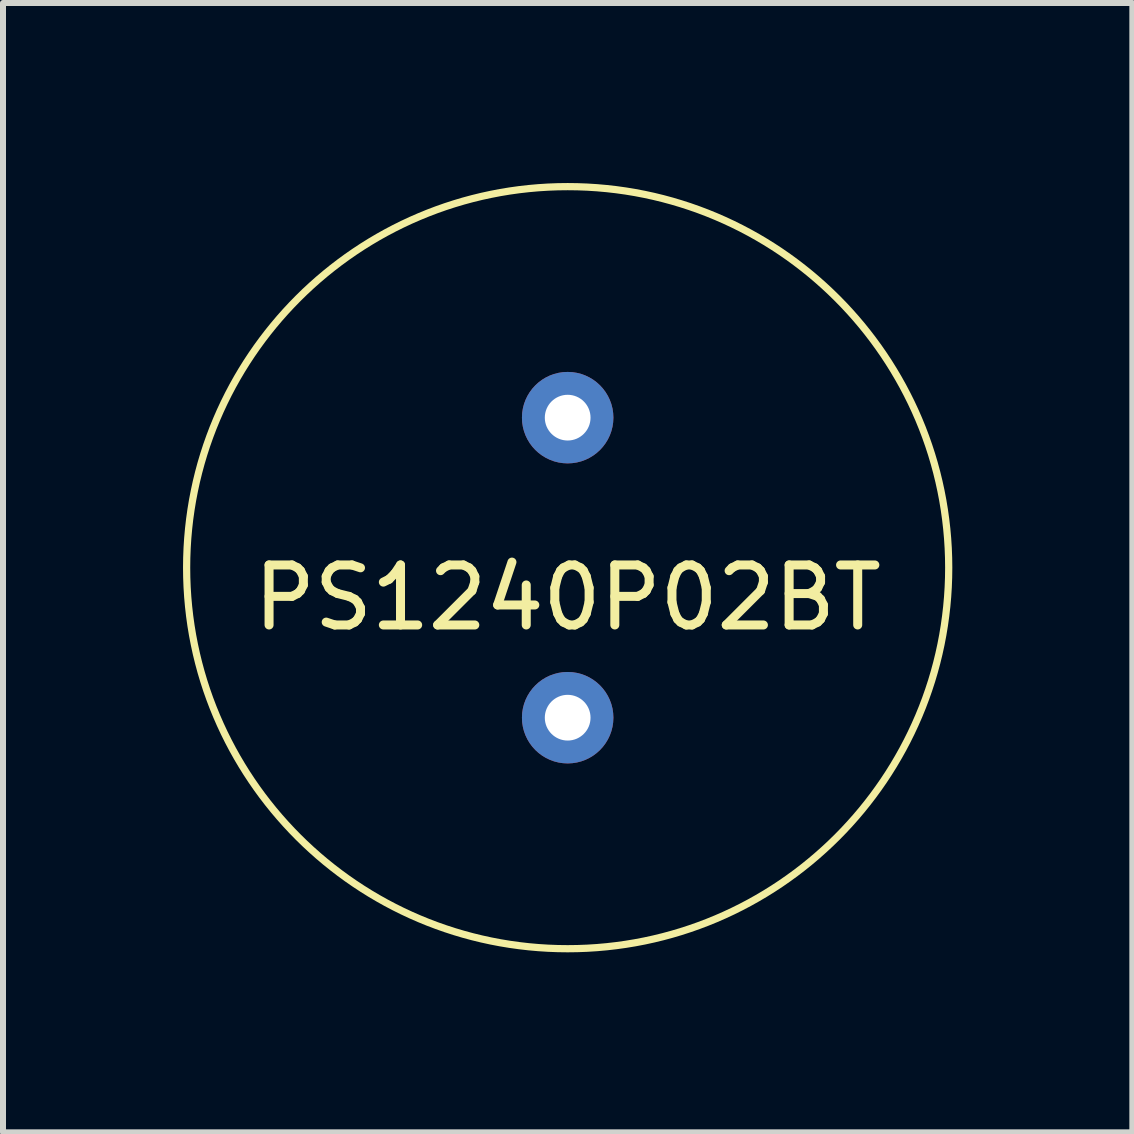
<source format=kicad_pcb>
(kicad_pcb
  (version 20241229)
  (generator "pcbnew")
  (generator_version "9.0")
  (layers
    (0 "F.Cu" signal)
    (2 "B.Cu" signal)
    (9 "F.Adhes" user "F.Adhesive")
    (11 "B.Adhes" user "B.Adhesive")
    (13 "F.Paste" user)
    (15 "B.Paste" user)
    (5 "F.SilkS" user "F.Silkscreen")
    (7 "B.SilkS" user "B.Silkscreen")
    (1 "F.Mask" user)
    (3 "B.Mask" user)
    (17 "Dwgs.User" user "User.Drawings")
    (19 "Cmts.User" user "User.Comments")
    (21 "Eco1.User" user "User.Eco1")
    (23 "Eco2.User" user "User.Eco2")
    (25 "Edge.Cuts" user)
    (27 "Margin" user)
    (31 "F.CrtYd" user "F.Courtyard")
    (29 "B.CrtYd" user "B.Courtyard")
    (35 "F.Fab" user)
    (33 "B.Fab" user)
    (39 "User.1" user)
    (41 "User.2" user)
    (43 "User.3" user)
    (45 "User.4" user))
  (footprint "PS1240P02BT"
    (layer "F.Cu")
    (at 6.41 6.41)
    (property "Reference" "PS1240P02BT" (at 0 0.5 0) (layer "F.SilkS") (effects (font (size 1 1) (thickness 0.15))))
    (attr through_hole)
    (fp_circle (center 0 0) (end 6.35 0) (stroke (width 0.12) (type solid)) (fill no) (layer "F.SilkS"))
    (pad "1" thru_hole circle (at 0 -2.5) (size 1.524 1.524) (drill 0.762) (layers "*.Cu" "*.Mask"))
    (pad "2" thru_hole circle (at 0 2.5) (size 1.524 1.524) (drill 0.762) (layers "*.Cu" "*.Mask")))
  (gr_rect
    (start -3 -3)
    (end 15.82 15.82)
    (stroke (width 0.1) (type default))
    (fill no)
    (layer "Edge.Cuts")))
</source>
